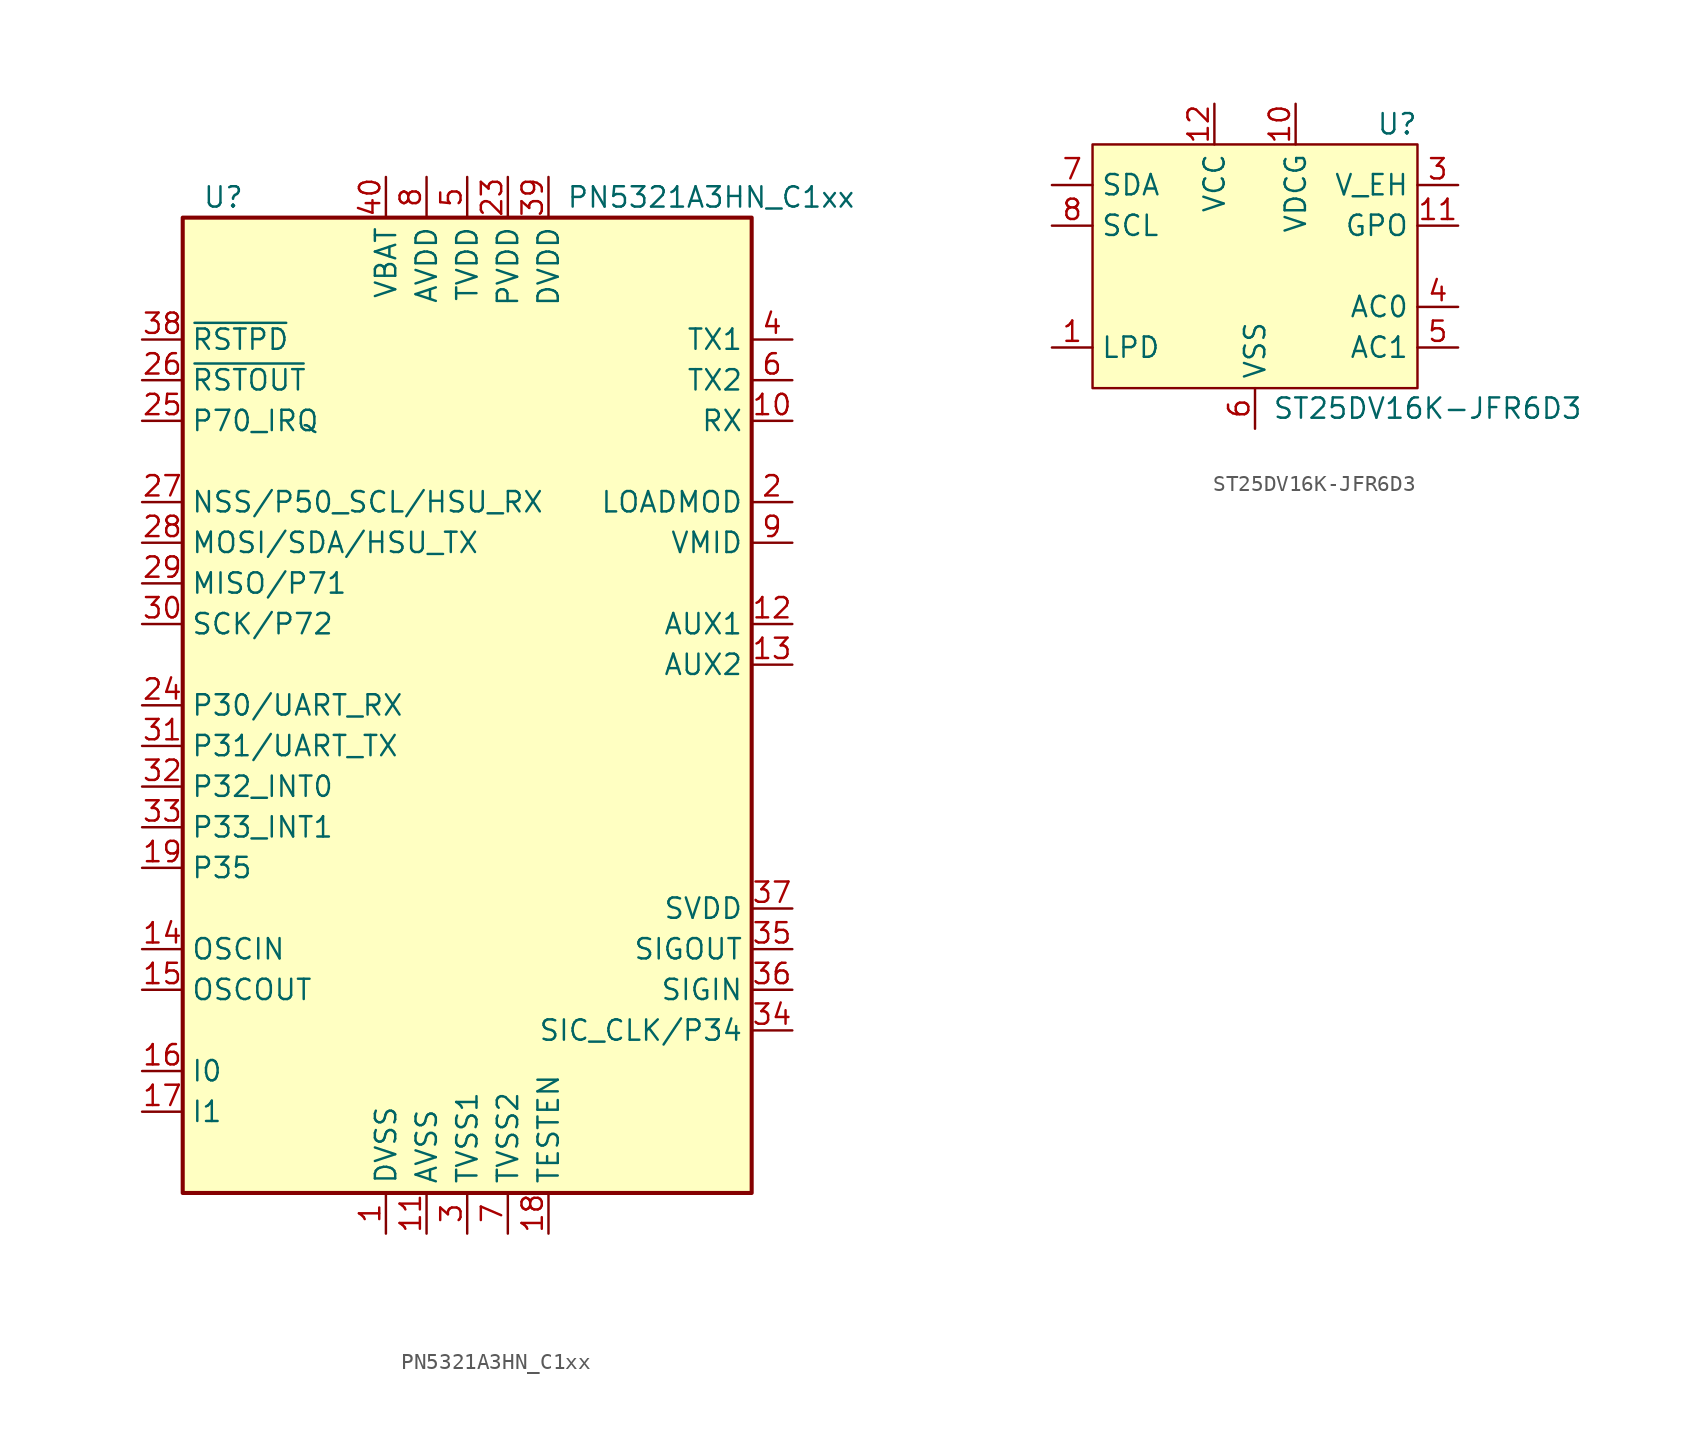
<source format=kicad_sym>
(kicad_symbol_lib
  (version 20241209)
  (generator "kicad_symbol_editor")
  (generator_version "9.0")
  (symbol "PN5321A3HN_C1xx"
    (property "Reference" "U"
      (at -15.24 31.75 0)
      (effects (font (size 1.27 1.27))))
    (property "Value" "PN5321A3HN_C1xx"
      (at 15.24 31.75 0)
      (effects (font (size 1.27 1.27))))
    (symbol "PN5321A3HN_C1xx_0_1"
      (rectangle (start -17.78 30.48) (end 17.78 -30.48) (stroke (width 0.254) (type default)) (fill (type background))))
    (symbol "PN5321A3HN_C1xx_1_1"
      (pin input line (at -20.32 22.86 0) (length 2.54) (name "~{RSTPD}" (effects (font (size 1.27 1.27)))) (number "38" (effects (font (size 1.27 1.27)))))
      (pin output line (at -20.32 20.32 0) (length 2.54) (name "~{RSTOUT}" (effects (font (size 1.27 1.27)))) (number "26" (effects (font (size 1.27 1.27)))))
      (pin bidirectional line (at -20.32 17.78 0) (length 2.54) (name "P70_IRQ" (effects (font (size 1.27 1.27)))) (number "25" (effects (font (size 1.27 1.27)))))
      (pin bidirectional line (at -20.32 12.7 0) (length 2.54) (name "NSS/P50_SCL/HSU_RX" (effects (font (size 1.27 1.27)))) (number "27" (effects (font (size 1.27 1.27)))))
      (pin bidirectional line (at -20.32 10.16 0) (length 2.54) (name "MOSI/SDA/HSU_TX" (effects (font (size 1.27 1.27)))) (number "28" (effects (font (size 1.27 1.27)))))
      (pin bidirectional line (at -20.32 7.62 0) (length 2.54) (name "MISO/P71" (effects (font (size 1.27 1.27)))) (number "29" (effects (font (size 1.27 1.27)))))
      (pin bidirectional line (at -20.32 5.08 0) (length 2.54) (name "SCK/P72" (effects (font (size 1.27 1.27)))) (number "30" (effects (font (size 1.27 1.27)))))
      (pin bidirectional line (at -20.32 0 0) (length 2.54) (name "P30/UART_RX" (effects (font (size 1.27 1.27)))) (number "24" (effects (font (size 1.27 1.27)))))
      (pin bidirectional line (at -20.32 -2.54 0) (length 2.54) (name "P31/UART_TX" (effects (font (size 1.27 1.27)))) (number "31" (effects (font (size 1.27 1.27)))))
      (pin bidirectional line (at -20.32 -5.08 0) (length 2.54) (name "P32_INT0" (effects (font (size 1.27 1.27)))) (number "32" (effects (font (size 1.27 1.27)))))
      (pin bidirectional line (at -20.32 -7.62 0) (length 2.54) (name "P33_INT1" (effects (font (size 1.27 1.27)))) (number "33" (effects (font (size 1.27 1.27)))))
      (pin bidirectional line (at -20.32 -10.16 0) (length 2.54) (name "P35" (effects (font (size 1.27 1.27)))) (number "19" (effects (font (size 1.27 1.27)))))
      (pin input line (at -20.32 -15.24 0) (length 2.54) (name "OSCIN" (effects (font (size 1.27 1.27)))) (number "14" (effects (font (size 1.27 1.27)))))
      (pin output line (at -20.32 -17.78 0) (length 2.54) (name "OSCOUT" (effects (font (size 1.27 1.27)))) (number "15" (effects (font (size 1.27 1.27)))))
      (pin passive line (at -20.32 -22.86 0) (length 2.54) (name "I0" (effects (font (size 1.27 1.27)))) (number "16" (effects (font (size 1.27 1.27)))))
      (pin passive line (at -20.32 -25.4 0) (length 2.54) (name "I1" (effects (font (size 1.27 1.27)))) (number "17" (effects (font (size 1.27 1.27)))))
      (pin power_in line (at -5.08 33.02 270) (length 2.54) (name "VBAT" (effects (font (size 1.27 1.27)))) (number "40" (effects (font (size 1.27 1.27)))))
      (pin power_in line (at -5.08 -33.02 90) (length 2.54) (name "DVSS" (effects (font (size 1.27 1.27)))) (number "1" (effects (font (size 1.27 1.27)))))
      (pin power_in line (at -2.54 33.02 270) (length 2.54) (name "AVDD" (effects (font (size 1.27 1.27)))) (number "8" (effects (font (size 1.27 1.27)))))
      (pin power_in line (at -2.54 -33.02 90) (length 2.54) (name "AVSS" (effects (font (size 1.27 1.27)))) (number "11" (effects (font (size 1.27 1.27)))))
      (pin passive line (at -2.54 -33.02 90) (length 2.54) (hide yes) (name "AVSS" (effects (font (size 1.27 1.27)))) (number "41" (effects (font (size 1.27 1.27)))))
      (pin power_in line (at 0 33.02 270) (length 2.54) (name "TVDD" (effects (font (size 1.27 1.27)))) (number "5" (effects (font (size 1.27 1.27)))))
      (pin power_in line (at 0 -33.02 90) (length 2.54) (name "TVSS1" (effects (font (size 1.27 1.27)))) (number "3" (effects (font (size 1.27 1.27)))))
      (pin power_in line (at 2.54 33.02 270) (length 2.54) (name "PVDD" (effects (font (size 1.27 1.27)))) (number "23" (effects (font (size 1.27 1.27)))))
      (pin power_in line (at 2.54 -33.02 90) (length 2.54) (name "TVSS2" (effects (font (size 1.27 1.27)))) (number "7" (effects (font (size 1.27 1.27)))))
      (pin power_out line (at 5.08 33.02 270) (length 2.54) (name "DVDD" (effects (font (size 1.27 1.27)))) (number "39" (effects (font (size 1.27 1.27)))))
      (pin passive line (at 5.08 -33.02 90) (length 2.54) (name "TESTEN" (effects (font (size 1.27 1.27)))) (number "18" (effects (font (size 1.27 1.27)))))
      (pin no_connect line (at 17.78 -2.54 180) (length 2.54) (hide yes) (name "N.C." (effects (font (size 1.27 1.27)))) (number "20" (effects (font (size 1.27 1.27)))))
      (pin no_connect line (at 17.78 -5.08 180) (length 2.54) (hide yes) (name "N.C." (effects (font (size 1.27 1.27)))) (number "21" (effects (font (size 1.27 1.27)))))
      (pin no_connect line (at 17.78 -7.62 180) (length 2.54) (hide yes) (name "N.C." (effects (font (size 1.27 1.27)))) (number "22" (effects (font (size 1.27 1.27)))))
      (pin output line (at 20.32 22.86 180) (length 2.54) (name "TX1" (effects (font (size 1.27 1.27)))) (number "4" (effects (font (size 1.27 1.27)))))
      (pin output line (at 20.32 20.32 180) (length 2.54) (name "TX2" (effects (font (size 1.27 1.27)))) (number "6" (effects (font (size 1.27 1.27)))))
      (pin input line (at 20.32 17.78 180) (length 2.54) (name "RX" (effects (font (size 1.27 1.27)))) (number "10" (effects (font (size 1.27 1.27)))))
      (pin output line (at 20.32 12.7 180) (length 2.54) (name "LOADMOD" (effects (font (size 1.27 1.27)))) (number "2" (effects (font (size 1.27 1.27)))))
      (pin output line (at 20.32 10.16 180) (length 2.54) (name "VMID" (effects (font (size 1.27 1.27)))) (number "9" (effects (font (size 1.27 1.27)))))
      (pin output line (at 20.32 5.08 180) (length 2.54) (name "AUX1" (effects (font (size 1.27 1.27)))) (number "12" (effects (font (size 1.27 1.27)))))
      (pin output line (at 20.32 2.54 180) (length 2.54) (name "AUX2" (effects (font (size 1.27 1.27)))) (number "13" (effects (font (size 1.27 1.27)))))
      (pin output line (at 20.32 -12.7 180) (length 2.54) (name "SVDD" (effects (font (size 1.27 1.27)))) (number "37" (effects (font (size 1.27 1.27)))))
      (pin output line (at 20.32 -15.24 180) (length 2.54) (name "SIGOUT" (effects (font (size 1.27 1.27)))) (number "35" (effects (font (size 1.27 1.27)))))
      (pin input line (at 20.32 -17.78 180) (length 2.54) (name "SIGIN" (effects (font (size 1.27 1.27)))) (number "36" (effects (font (size 1.27 1.27)))))
      (pin bidirectional line (at 20.32 -20.32 180) (length 2.54) (name "SIC_CLK/P34" (effects (font (size 1.27 1.27)))) (number "34" (effects (font (size 1.27 1.27)))))))
  (symbol "ST25DV16K-JFR6D3"
    (property "Reference" "U"
      (at 8.89 8.89 0)
      (effects (font (size 1.27 1.27))))
    (property "Value" "ST25DV16K-JFR6D3"
      (at 10.795 -8.89 0)
      (effects (font (size 1.27 1.27))))
    (symbol "ST25DV16K-JFR6D3_1_1"
      (rectangle (start -10.16 7.62) (end 10.16 -7.62) (stroke (width 0) (type default)) (fill (type background)))
      (pin bidirectional line (at -12.7 5.08 0) (length 2.54) (name "SDA" (effects (font (size 1.27 1.27)))) (number "7" (effects (font (size 1.27 1.27)))))
      (pin input line (at -12.7 2.54 0) (length 2.54) (name "SCL" (effects (font (size 1.27 1.27)))) (number "8" (effects (font (size 1.27 1.27)))))
      (pin input line (at -12.7 -5.08 0) (length 2.54) (name "LPD" (effects (font (size 1.27 1.27)))) (number "1" (effects (font (size 1.27 1.27)))))
      (pin no_connect line (at -10.16 0 0) (length 2.54) (hide yes) (name "NC" (effects (font (size 1.27 1.27)))) (number "2" (effects (font (size 1.27 1.27)))))
      (pin no_connect line (at -10.16 -2.54 0) (length 2.54) (hide yes) (name "NC" (effects (font (size 1.27 1.27)))) (number "9" (effects (font (size 1.27 1.27)))))
      (pin power_in line (at -2.54 10.16 270) (length 2.54) (name "VCC" (effects (font (size 1.27 1.27)))) (number "12" (effects (font (size 1.27 1.27)))))
      (pin power_in line (at 0 -10.16 90) (length 2.54) (name "VSS" (effects (font (size 1.27 1.27)))) (number "6" (effects (font (size 1.27 1.27)))))
      (pin power_in line (at 2.54 10.16 270) (length 2.54) (name "VDCG" (effects (font (size 1.27 1.27)))) (number "10" (effects (font (size 1.27 1.27)))))
      (pin no_connect line (at 10.16 0 180) (length 2.54) (hide yes) (name "NC" (effects (font (size 1.27 1.27)))) (number "13" (effects (font (size 1.27 1.27)))))
      (pin power_out line (at 12.7 5.08 180) (length 2.54) (name "V_EH" (effects (font (size 1.27 1.27)))) (number "3" (effects (font (size 1.27 1.27)))))
      (pin output line (at 12.7 2.54 180) (length 2.54) (name "GPO" (effects (font (size 1.27 1.27)))) (number "11" (effects (font (size 1.27 1.27)))))
      (pin passive line (at 12.7 -2.54 180) (length 2.54) (name "AC0" (effects (font (size 1.27 1.27)))) (number "4" (effects (font (size 1.27 1.27)))))
      (pin passive line (at 12.7 -5.08 180) (length 2.54) (name "AC1" (effects (font (size 1.27 1.27)))) (number "5" (effects (font (size 1.27 1.27))))))))
</source>
